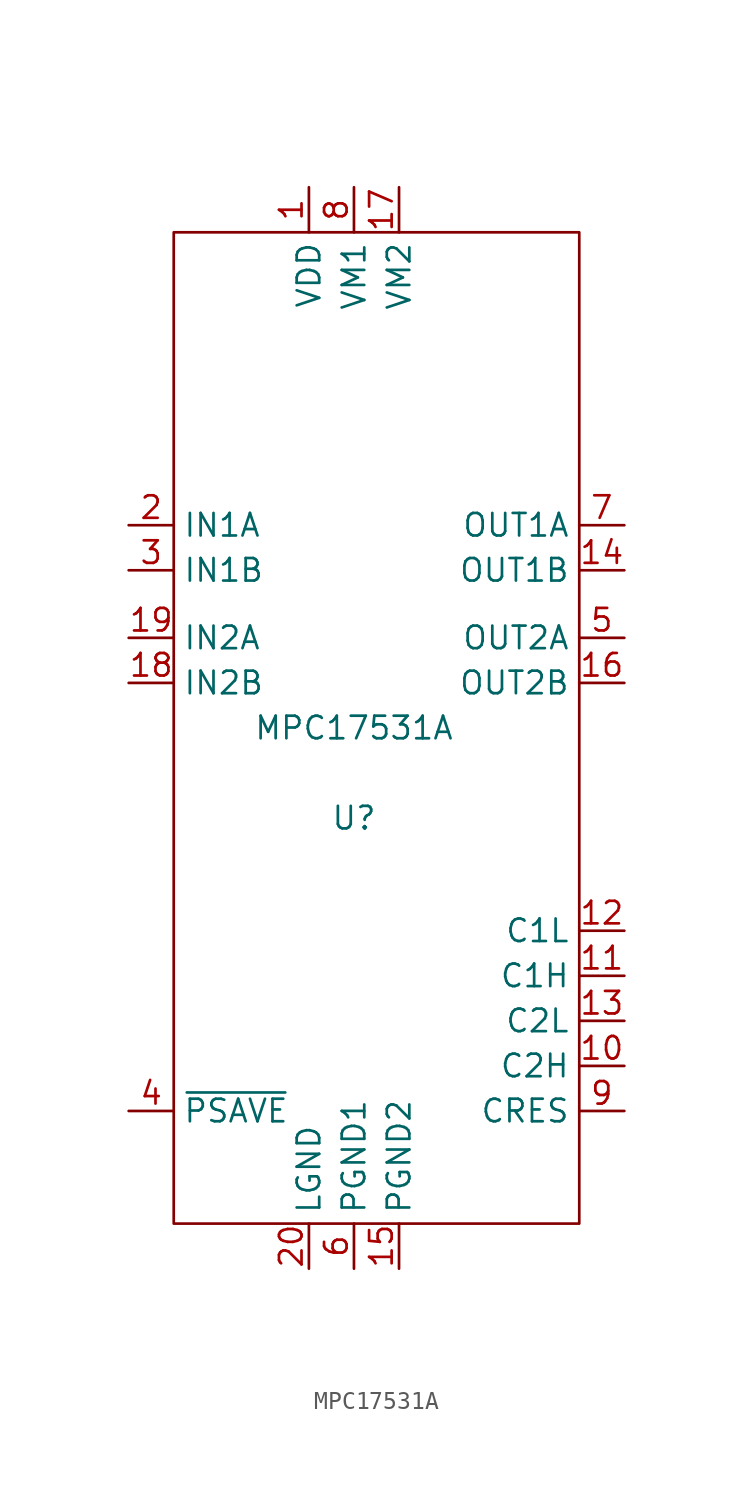
<source format=kicad_sym>
(kicad_symbol_lib
  (version 20210619)
  (generator kicad_symbol_editor)
  (symbol "MPC17531ATEJ - H Bridge:MPC17531A"
    (property "Reference" "U"
      (at 0 -2.54 0)
      (effects (font (size 1.27 1.27))))
    (property "Value" "MPC17531A"
      (at 0 2.54 0)
      (effects (font (size 1.27 1.27))))
    (symbol "MPC17531A_0_1"
      (rectangle (start -10.16 30.48) (end 12.7 -25.4) (stroke (width 0.152)) (fill (type none))))
    (symbol "MPC17531A_1_1"
      (pin input line (at -2.54 33.02 270) (length 2.54) (name "VDD" (effects (font (size 1.27 1.27)))) (number "1" (effects (font (size 1.27 1.27)))))
      (pin input line (at 15.24 -16.51 180) (length 2.54) (name "C2H" (effects (font (size 1.27 1.27)))) (number "10" (effects (font (size 1.27 1.27)))))
      (pin input line (at 15.24 -11.43 180) (length 2.54) (name "C1H" (effects (font (size 1.27 1.27)))) (number "11" (effects (font (size 1.27 1.27)))))
      (pin input line (at 15.24 -8.89 180) (length 2.54) (name "C1L" (effects (font (size 1.27 1.27)))) (number "12" (effects (font (size 1.27 1.27)))))
      (pin input line (at 15.24 -13.97 180) (length 2.54) (name "C2L" (effects (font (size 1.27 1.27)))) (number "13" (effects (font (size 1.27 1.27)))))
      (pin input line (at 15.24 11.43 180) (length 2.54) (name "OUT1B" (effects (font (size 1.27 1.27)))) (number "14" (effects (font (size 1.27 1.27)))))
      (pin input line (at 2.54 -27.94 90) (length 2.54) (name "PGND2" (effects (font (size 1.27 1.27)))) (number "15" (effects (font (size 1.27 1.27)))))
      (pin input line (at 15.24 5.08 180) (length 2.54) (name "OUT2B" (effects (font (size 1.27 1.27)))) (number "16" (effects (font (size 1.27 1.27)))))
      (pin input line (at 2.54 33.02 270) (length 2.54) (name "VM2" (effects (font (size 1.27 1.27)))) (number "17" (effects (font (size 1.27 1.27)))))
      (pin input line (at -12.7 5.08 0) (length 2.54) (name "IN2B" (effects (font (size 1.27 1.27)))) (number "18" (effects (font (size 1.27 1.27)))))
      (pin input line (at -12.7 7.62 0) (length 2.54) (name "IN2A" (effects (font (size 1.27 1.27)))) (number "19" (effects (font (size 1.27 1.27)))))
      (pin input line (at -12.7 13.97 0) (length 2.54) (name "IN1A" (effects (font (size 1.27 1.27)))) (number "2" (effects (font (size 1.27 1.27)))))
      (pin input line (at -2.54 -27.94 90) (length 2.54) (name "LGND" (effects (font (size 1.27 1.27)))) (number "20" (effects (font (size 1.27 1.27)))))
      (pin input line (at -12.7 11.43 0) (length 2.54) (name "IN1B" (effects (font (size 1.27 1.27)))) (number "3" (effects (font (size 1.27 1.27)))))
      (pin input line (at -12.7 -19.05 0) (length 2.54) (name "~{PSAVE}" (effects (font (size 1.27 1.27)))) (number "4" (effects (font (size 1.27 1.27)))))
      (pin input line (at 15.24 7.62 180) (length 2.54) (name "OUT2A" (effects (font (size 1.27 1.27)))) (number "5" (effects (font (size 1.27 1.27)))))
      (pin input line (at 0 -27.94 90) (length 2.54) (name "PGND1" (effects (font (size 1.27 1.27)))) (number "6" (effects (font (size 1.27 1.27)))))
      (pin input line (at 15.24 13.97 180) (length 2.54) (name "OUT1A" (effects (font (size 1.27 1.27)))) (number "7" (effects (font (size 1.27 1.27)))))
      (pin input line (at 0 33.02 270) (length 2.54) (name "VM1" (effects (font (size 1.27 1.27)))) (number "8" (effects (font (size 1.27 1.27)))))
      (pin input line (at 15.24 -19.05 180) (length 2.54) (name "CRES" (effects (font (size 1.27 1.27)))) (number "9" (effects (font (size 1.27 1.27))))))))
</source>
